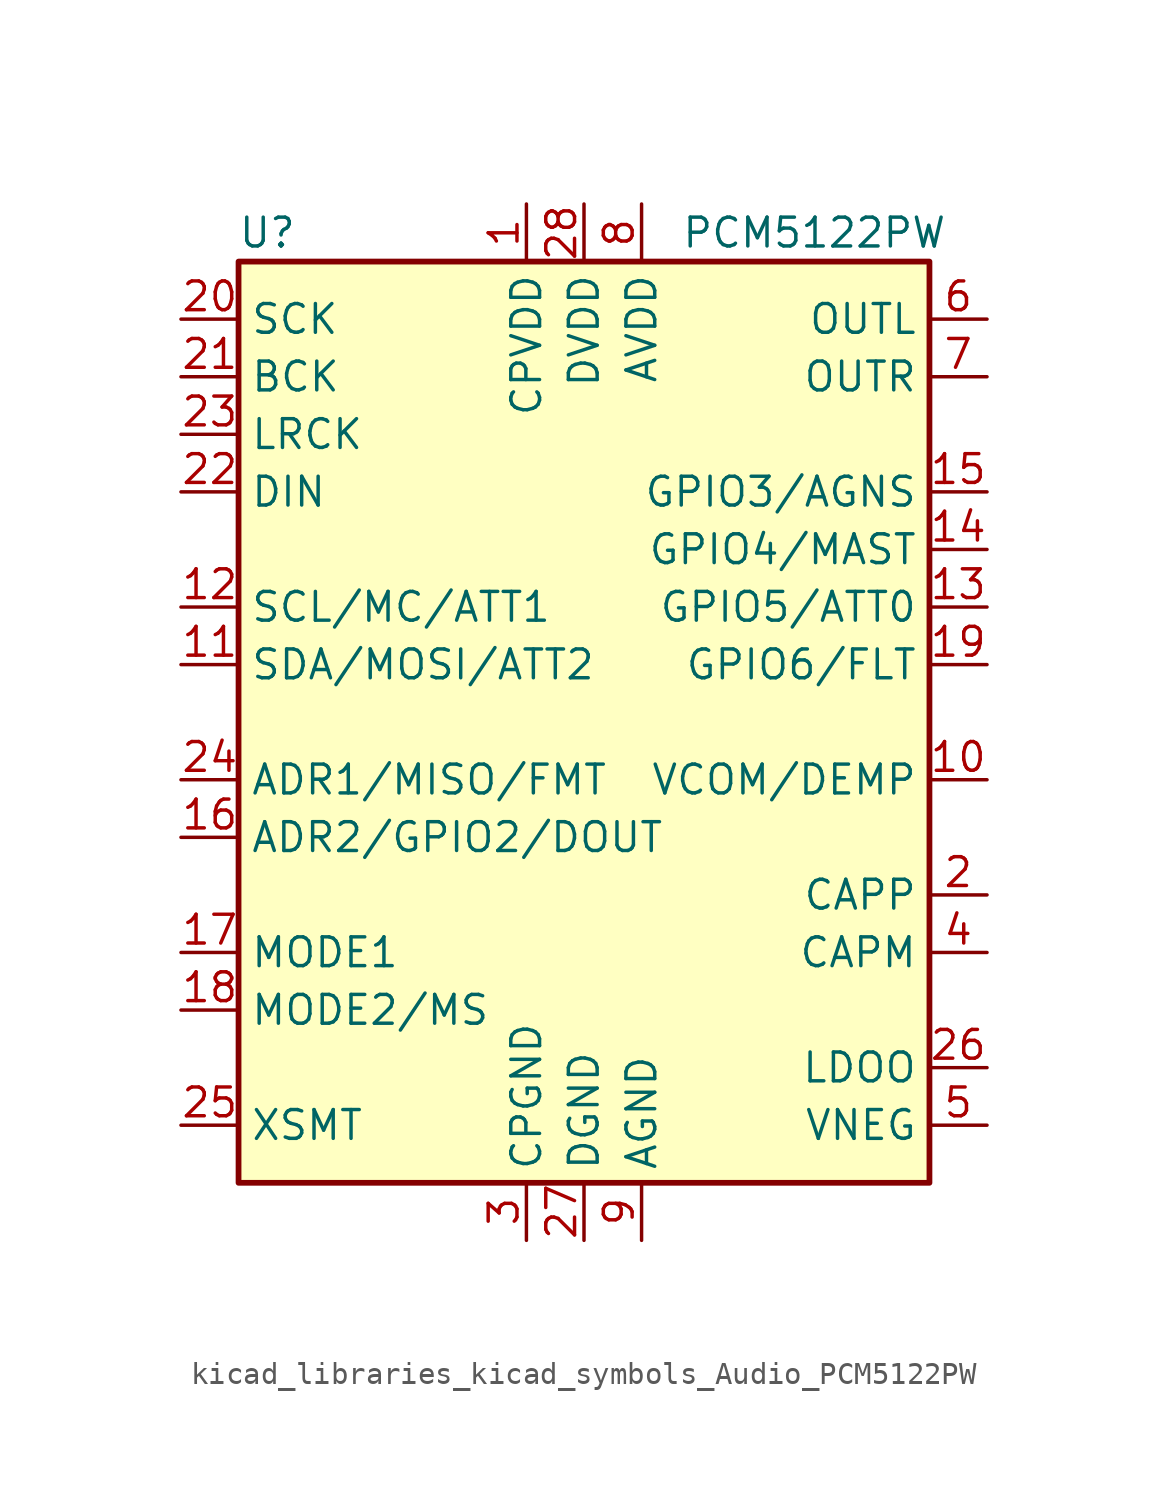
<source format=kicad_sym>
(kicad_symbol_lib
  (version 20220914)
  (generator kicad_symbol_editor)
  (symbol "kicad_libraries_kicad_symbols_Audio_PCM5122PW"
    (property "Reference" "U"
      (at -13.97 21.59 0)
      (effects (font (size 1.27 1.27))))
    (property "Value" "PCM5122PW"
      (at 10.16 21.59 0)
      (effects (font (size 1.27 1.27))))
    (symbol "kicad_libraries_kicad_symbols_Audio_PCM5122PW_0_1"
      (rectangle (start -15.24 20.32) (end 15.24 -20.32) (stroke (width 0.254) (type default)) (fill (type background))))
    (symbol "kicad_libraries_kicad_symbols_Audio_PCM5122PW_1_1"
      (pin power_in line (at -2.54 22.86 270) (length 2.54) (name "CPVDD" (effects (font (size 1.27 1.27)))) (number "1" (effects (font (size 1.27 1.27)))))
      (pin bidirectional line (at 17.78 -2.54 180) (length 2.54) (name "VCOM/DEMP" (effects (font (size 1.27 1.27)))) (number "10" (effects (font (size 1.27 1.27)))))
      (pin bidirectional line (at -17.78 2.54 0) (length 2.54) (name "SDA/MOSI/ATT2" (effects (font (size 1.27 1.27)))) (number "11" (effects (font (size 1.27 1.27)))))
      (pin input line (at -17.78 5.08 0) (length 2.54) (name "SCL/MC/ATT1" (effects (font (size 1.27 1.27)))) (number "12" (effects (font (size 1.27 1.27)))))
      (pin bidirectional line (at 17.78 5.08 180) (length 2.54) (name "GPIO5/ATT0" (effects (font (size 1.27 1.27)))) (number "13" (effects (font (size 1.27 1.27)))))
      (pin bidirectional line (at 17.78 7.62 180) (length 2.54) (name "GPIO4/MAST" (effects (font (size 1.27 1.27)))) (number "14" (effects (font (size 1.27 1.27)))))
      (pin bidirectional line (at 17.78 10.16 180) (length 2.54) (name "GPIO3/AGNS" (effects (font (size 1.27 1.27)))) (number "15" (effects (font (size 1.27 1.27)))))
      (pin bidirectional line (at -17.78 -5.08 0) (length 2.54) (name "ADR2/GPIO2/DOUT" (effects (font (size 1.27 1.27)))) (number "16" (effects (font (size 1.27 1.27)))))
      (pin input line (at -17.78 -10.16 0) (length 2.54) (name "MODE1" (effects (font (size 1.27 1.27)))) (number "17" (effects (font (size 1.27 1.27)))))
      (pin input line (at -17.78 -12.7 0) (length 2.54) (name "MODE2/MS" (effects (font (size 1.27 1.27)))) (number "18" (effects (font (size 1.27 1.27)))))
      (pin bidirectional line (at 17.78 2.54 180) (length 2.54) (name "GPIO6/FLT" (effects (font (size 1.27 1.27)))) (number "19" (effects (font (size 1.27 1.27)))))
      (pin passive line (at 17.78 -7.62 180) (length 2.54) (name "CAPP" (effects (font (size 1.27 1.27)))) (number "2" (effects (font (size 1.27 1.27)))))
      (pin input line (at -17.78 17.78 0) (length 2.54) (name "SCK" (effects (font (size 1.27 1.27)))) (number "20" (effects (font (size 1.27 1.27)))))
      (pin bidirectional line (at -17.78 15.24 0) (length 2.54) (name "BCK" (effects (font (size 1.27 1.27)))) (number "21" (effects (font (size 1.27 1.27)))))
      (pin input line (at -17.78 10.16 0) (length 2.54) (name "DIN" (effects (font (size 1.27 1.27)))) (number "22" (effects (font (size 1.27 1.27)))))
      (pin bidirectional line (at -17.78 12.7 0) (length 2.54) (name "LRCK" (effects (font (size 1.27 1.27)))) (number "23" (effects (font (size 1.27 1.27)))))
      (pin bidirectional line (at -17.78 -2.54 0) (length 2.54) (name "ADR1/MISO/FMT" (effects (font (size 1.27 1.27)))) (number "24" (effects (font (size 1.27 1.27)))))
      (pin input line (at -17.78 -17.78 0) (length 2.54) (name "XSMT" (effects (font (size 1.27 1.27)))) (number "25" (effects (font (size 1.27 1.27)))))
      (pin passive line (at 17.78 -15.24 180) (length 2.54) (name "LDOO" (effects (font (size 1.27 1.27)))) (number "26" (effects (font (size 1.27 1.27)))))
      (pin power_in line (at 0 -22.86 90) (length 2.54) (name "DGND" (effects (font (size 1.27 1.27)))) (number "27" (effects (font (size 1.27 1.27)))))
      (pin power_in line (at 0 22.86 270) (length 2.54) (name "DVDD" (effects (font (size 1.27 1.27)))) (number "28" (effects (font (size 1.27 1.27)))))
      (pin power_in line (at -2.54 -22.86 90) (length 2.54) (name "CPGND" (effects (font (size 1.27 1.27)))) (number "3" (effects (font (size 1.27 1.27)))))
      (pin passive line (at 17.78 -10.16 180) (length 2.54) (name "CAPM" (effects (font (size 1.27 1.27)))) (number "4" (effects (font (size 1.27 1.27)))))
      (pin passive line (at 17.78 -17.78 180) (length 2.54) (name "VNEG" (effects (font (size 1.27 1.27)))) (number "5" (effects (font (size 1.27 1.27)))))
      (pin output line (at 17.78 17.78 180) (length 2.54) (name "OUTL" (effects (font (size 1.27 1.27)))) (number "6" (effects (font (size 1.27 1.27)))))
      (pin output line (at 17.78 15.24 180) (length 2.54) (name "OUTR" (effects (font (size 1.27 1.27)))) (number "7" (effects (font (size 1.27 1.27)))))
      (pin power_in line (at 2.54 22.86 270) (length 2.54) (name "AVDD" (effects (font (size 1.27 1.27)))) (number "8" (effects (font (size 1.27 1.27)))))
      (pin power_in line (at 2.54 -22.86 90) (length 2.54) (name "AGND" (effects (font (size 1.27 1.27)))) (number "9" (effects (font (size 1.27 1.27))))))))
</source>
